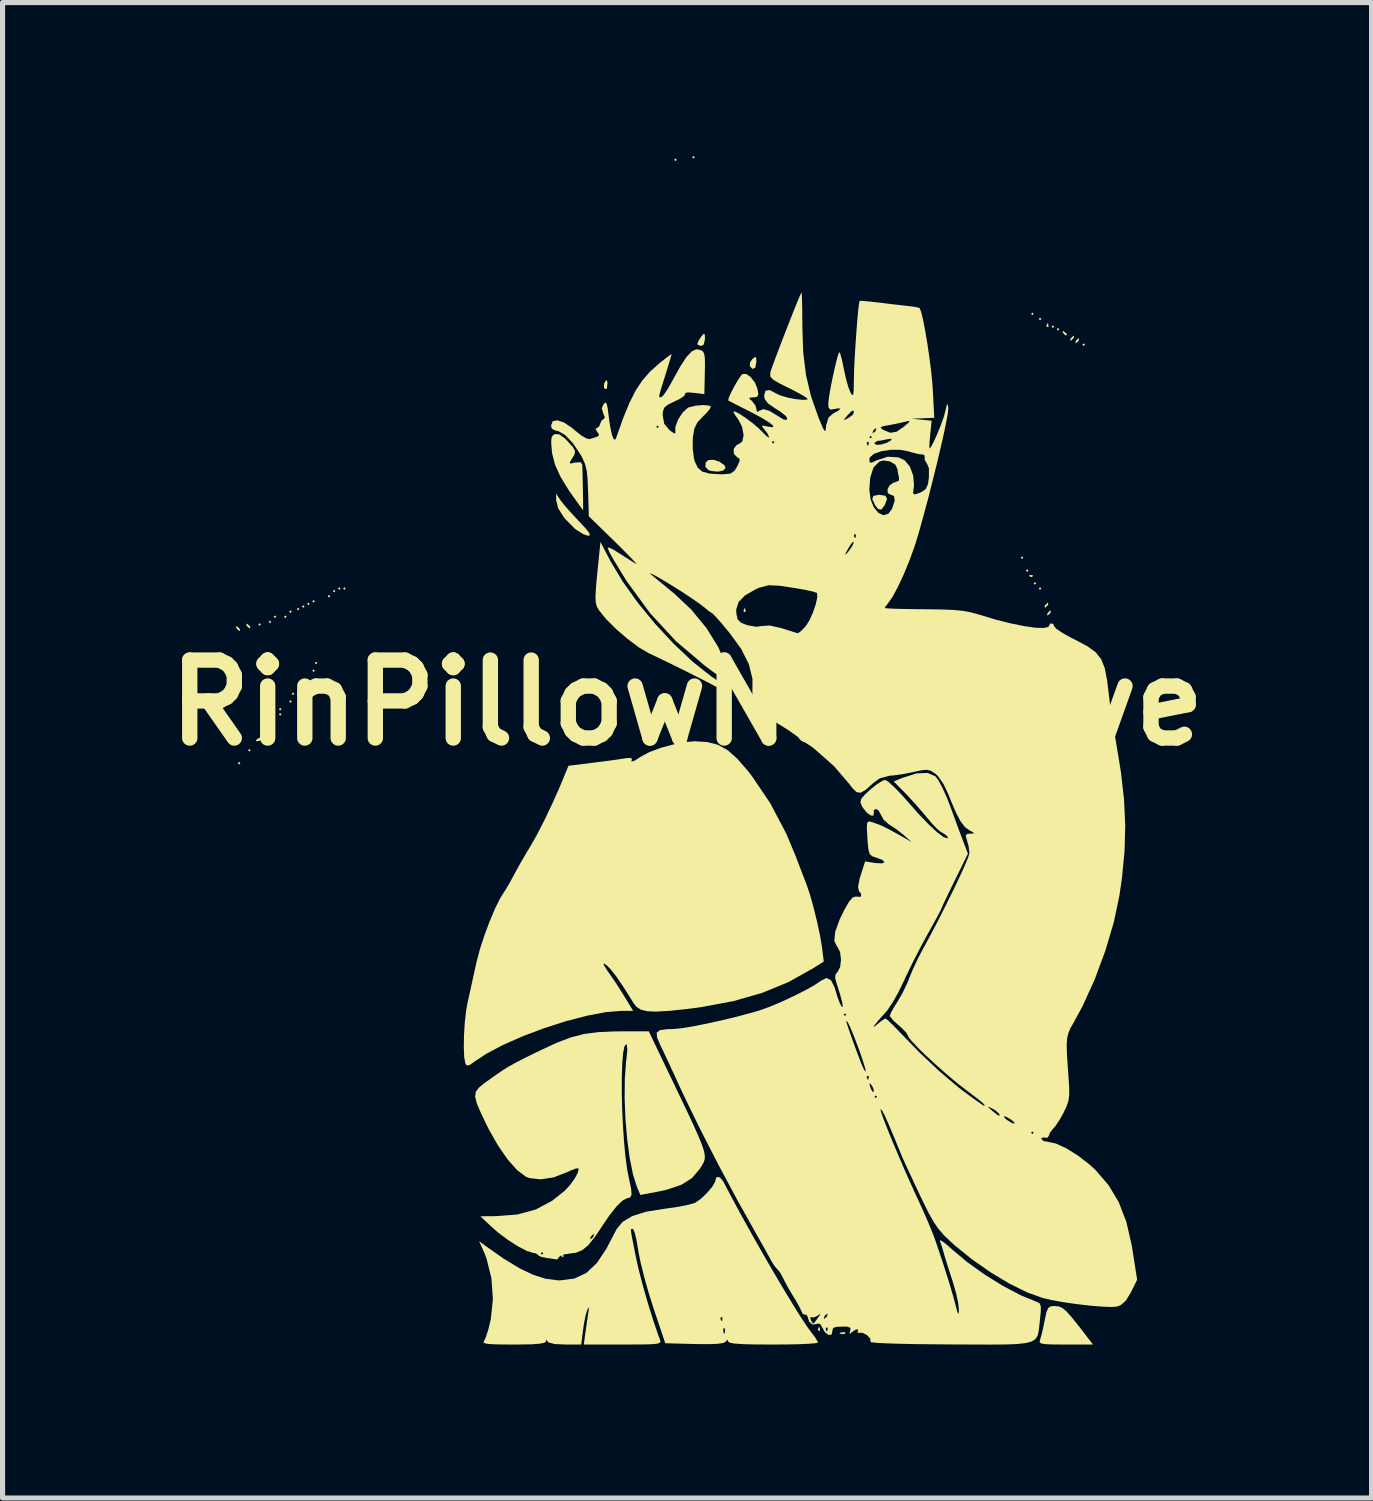
<source format=kicad_pcb>
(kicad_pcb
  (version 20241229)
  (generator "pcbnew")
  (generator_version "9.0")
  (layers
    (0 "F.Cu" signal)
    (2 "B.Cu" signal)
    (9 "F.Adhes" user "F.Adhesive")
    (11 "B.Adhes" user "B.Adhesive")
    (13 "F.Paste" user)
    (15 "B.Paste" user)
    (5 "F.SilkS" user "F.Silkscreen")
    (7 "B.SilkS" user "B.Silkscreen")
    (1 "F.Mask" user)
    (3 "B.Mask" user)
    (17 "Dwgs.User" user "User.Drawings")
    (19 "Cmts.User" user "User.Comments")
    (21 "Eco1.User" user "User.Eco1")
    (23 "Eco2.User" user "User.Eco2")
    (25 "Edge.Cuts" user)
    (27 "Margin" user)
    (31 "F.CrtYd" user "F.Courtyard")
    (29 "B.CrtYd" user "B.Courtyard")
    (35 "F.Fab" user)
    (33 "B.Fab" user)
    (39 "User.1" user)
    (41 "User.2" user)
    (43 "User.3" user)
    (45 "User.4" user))
  (footprint "RinPillowNegative"
    (layer "F.Cu")
    (at 10.385 10.692)
    (property "Reference" "RinPillowNegative" (at 0 0 0) (layer "F.SilkS") (effects (font (size 1.524 1.524) (thickness 0.3))))
    (attr board_only exclude_from_pos_files exclude_from_bom)
    (fp_poly (pts (xy -8.734 1.18) (xy -8.759 1.205) (xy -8.785 1.18) (xy -8.759 1.155)) (stroke (width 0) (type solid)) (fill yes) (layer "F.SilkS"))
    (fp_poly (pts (xy -8.534 0.929) (xy -8.559 0.954) (xy -8.584 0.929) (xy -8.559 0.904)) (stroke (width 0) (type solid)) (fill yes) (layer "F.SilkS"))
    (fp_poly (pts (xy -8.333 -1.531) (xy -8.358 -1.506) (xy -8.383 -1.531) (xy -8.358 -1.556)) (stroke (width 0) (type solid)) (fill yes) (layer "F.SilkS"))
    (fp_poly (pts (xy -8.132 -1.581) (xy -8.157 -1.556) (xy -8.182 -1.581) (xy -8.157 -1.606)) (stroke (width 0) (type solid)) (fill yes) (layer "F.SilkS"))
    (fp_poly (pts (xy -8.132 0.376) (xy -8.157 0.402) (xy -8.182 0.376) (xy -8.157 0.351)) (stroke (width 0) (type solid)) (fill yes) (layer "F.SilkS"))
    (fp_poly (pts (xy -8.032 -1.682) (xy -8.057 -1.657) (xy -8.082 -1.682) (xy -8.057 -1.707)) (stroke (width 0) (type solid)) (fill yes) (layer "F.SilkS"))
    (fp_poly (pts (xy -7.931 0.125) (xy -7.956 0.151) (xy -7.981 0.125) (xy -7.956 0.1)) (stroke (width 0) (type solid)) (fill yes) (layer "F.SilkS"))
    (fp_poly (pts (xy -7.931 0.226) (xy -7.956 0.251) (xy -7.981 0.226) (xy -7.956 0.201)) (stroke (width 0) (type solid)) (fill yes) (layer "F.SilkS"))
    (fp_poly (pts (xy -7.831 -1.682) (xy -7.856 -1.657) (xy -7.881 -1.682) (xy -7.856 -1.707)) (stroke (width 0) (type solid)) (fill yes) (layer "F.SilkS"))
    (fp_poly (pts (xy -7.73 -1.782) (xy -7.756 -1.757) (xy -7.781 -1.782) (xy -7.756 -1.807)) (stroke (width 0) (type solid)) (fill yes) (layer "F.SilkS"))
    (fp_poly (pts (xy -7.73 -0.025) (xy -7.756 0) (xy -7.781 -0.025) (xy -7.756 -0.05)) (stroke (width 0) (type solid)) (fill yes) (layer "F.SilkS"))
    (fp_poly (pts (xy -7.68 -0.176) (xy -7.705 -0.151) (xy -7.73 -0.176) (xy -7.705 -0.201)) (stroke (width 0) (type solid)) (fill yes) (layer "F.SilkS"))
    (fp_poly (pts (xy -7.58 -1.832) (xy -7.605 -1.807) (xy -7.63 -1.832) (xy -7.605 -1.857)) (stroke (width 0) (type solid)) (fill yes) (layer "F.SilkS"))
    (fp_poly (pts (xy -7.53 -0.276) (xy -7.555 -0.251) (xy -7.58 -0.276) (xy -7.555 -0.301)) (stroke (width 0) (type solid)) (fill yes) (layer "F.SilkS"))
    (fp_poly (pts (xy -7.479 -1.882) (xy -7.505 -1.857) (xy -7.53 -1.882) (xy -7.505 -1.908)) (stroke (width 0) (type solid)) (fill yes) (layer "F.SilkS"))
    (fp_poly (pts (xy -7.429 -0.427) (xy -7.454 -0.402) (xy -7.479 -0.427) (xy -7.454 -0.452)) (stroke (width 0) (type solid)) (fill yes) (layer "F.SilkS"))
    (fp_poly (pts (xy -7.379 -1.933) (xy -7.404 -1.908) (xy -7.429 -1.933) (xy -7.404 -1.958)) (stroke (width 0) (type solid)) (fill yes) (layer "F.SilkS"))
    (fp_poly (pts (xy -7.279 -1.983) (xy -7.304 -1.958) (xy -7.329 -1.983) (xy -7.304 -2.008)) (stroke (width 0) (type solid)) (fill yes) (layer "F.SilkS"))
    (fp_poly (pts (xy -7.279 -0.627) (xy -7.304 -0.602) (xy -7.329 -0.627) (xy -7.304 -0.653)) (stroke (width 0) (type solid)) (fill yes) (layer "F.SilkS"))
    (fp_poly (pts (xy -7.228 -0.778) (xy -7.254 -0.753) (xy -7.279 -0.778) (xy -7.254 -0.803)) (stroke (width 0) (type solid)) (fill yes) (layer "F.SilkS"))
    (fp_poly (pts (xy -6.977 -2.083) (xy -7.003 -2.058) (xy -7.028 -2.083) (xy -7.003 -2.108)) (stroke (width 0) (type solid)) (fill yes) (layer "F.SilkS"))
    (fp_poly (pts (xy -6.877 -2.184) (xy -6.902 -2.158) (xy -6.927 -2.184) (xy -6.902 -2.209)) (stroke (width 0) (type solid)) (fill yes) (layer "F.SilkS"))
    (fp_poly (pts (xy -6.777 -2.234) (xy -6.802 -2.209) (xy -6.827 -2.234) (xy -6.802 -2.259)) (stroke (width 0) (type solid)) (fill yes) (layer "F.SilkS"))
    (fp_poly (pts (xy -6.676 -2.234) (xy -6.701 -2.209) (xy -6.726 -2.234) (xy -6.701 -2.259)) (stroke (width 0) (type solid)) (fill yes) (layer "F.SilkS"))
    (fp_poly (pts (xy -2.409 10.818) (xy -2.435 10.843) (xy -2.46 10.818) (xy -2.435 10.792)) (stroke (width 0) (type solid)) (fill yes) (layer "F.SilkS"))
    (fp_poly (pts (xy -0.201 -10.617) (xy -0.226 -10.592) (xy -0.251 -10.617) (xy -0.226 -10.642)) (stroke (width 0) (type solid)) (fill yes) (layer "F.SilkS"))
    (fp_poly (pts (xy 0.151 -10.667) (xy 0.125 -10.642) (xy 0.1 -10.667) (xy 0.125 -10.692)) (stroke (width 0) (type solid)) (fill yes) (layer "F.SilkS"))
    (fp_poly (pts (xy 6.576 -2.836) (xy 6.551 -2.811) (xy 6.526 -2.836) (xy 6.551 -2.861)) (stroke (width 0) (type solid)) (fill yes) (layer "F.SilkS"))
    (fp_poly (pts (xy 6.676 -2.585) (xy 6.651 -2.56) (xy 6.626 -2.585) (xy 6.651 -2.61)) (stroke (width 0) (type solid)) (fill yes) (layer "F.SilkS"))
    (fp_poly (pts (xy 6.777 -7.605) (xy 6.752 -7.58) (xy 6.726 -7.605) (xy 6.752 -7.63)) (stroke (width 0) (type solid)) (fill yes) (layer "F.SilkS"))
    (fp_poly (pts (xy 6.827 -2.334) (xy 6.802 -2.309) (xy 6.777 -2.334) (xy 6.802 -2.359)) (stroke (width 0) (type solid)) (fill yes) (layer "F.SilkS"))
    (fp_poly (pts (xy 6.927 -7.505) (xy 6.902 -7.479) (xy 6.877 -7.505) (xy 6.902 -7.53)) (stroke (width 0) (type solid)) (fill yes) (layer "F.SilkS"))
    (fp_poly (pts (xy 6.927 -2.234) (xy 6.902 -2.209) (xy 6.877 -2.234) (xy 6.902 -2.259)) (stroke (width 0) (type solid)) (fill yes) (layer "F.SilkS"))
    (fp_poly (pts (xy 7.178 -7.354) (xy 7.153 -7.329) (xy 7.128 -7.354) (xy 7.153 -7.379)) (stroke (width 0) (type solid)) (fill yes) (layer "F.SilkS"))
    (fp_poly (pts (xy 7.279 -7.304) (xy 7.254 -7.279) (xy 7.228 -7.304) (xy 7.254 -7.329)) (stroke (width 0) (type solid)) (fill yes) (layer "F.SilkS"))
    (fp_poly (pts (xy 7.781 -7.003) (xy 7.756 -6.977) (xy 7.73 -7.003) (xy 7.756 -7.028)) (stroke (width 0) (type solid)) (fill yes) (layer "F.SilkS"))
    (fp_poly (pts (xy 1.138 -1.841) (xy 1.144 -1.781) (xy 1.138 -1.774) (xy 1.108 -1.781) (xy 1.104 -1.807) (xy 1.123 -1.848)) (stroke (width 0) (type solid)) (fill yes) (layer "F.SilkS"))
    (fp_poly (pts (xy 2.594 12.215) (xy 2.6 12.274) (xy 2.594 12.282) (xy 2.564 12.275) (xy 2.56 12.248) (xy 2.578 12.207)) (stroke (width 0) (type solid)) (fill yes) (layer "F.SilkS"))
    (fp_poly (pts (xy 3.099 12.318) (xy 3.084 12.341) (xy 3.033 12.345) (xy 2.979 12.332) (xy 3.002 12.314) (xy 3.081 12.308)) (stroke (width 0) (type solid)) (fill yes) (layer "F.SilkS"))
    (fp_poly (pts (xy 6.76 -2.493) (xy 6.753 -2.463) (xy 6.726 -2.46) (xy 6.685 -2.478) (xy 6.693 -2.493) (xy 6.753 -2.499)) (stroke (width 0) (type solid)) (fill yes) (layer "F.SilkS"))
    (fp_poly (pts (xy 7.061 -7.413) (xy 7.067 -7.353) (xy 7.061 -7.346) (xy 7.031 -7.352) (xy 7.028 -7.379) (xy 7.046 -7.42)) (stroke (width 0) (type solid)) (fill yes) (layer "F.SilkS"))
    (fp_poly (pts (xy -8.792 -1.486) (xy -8.738 -1.435) (xy -8.75 -1.406) (xy -8.757 -1.406) (xy -8.799 -1.441) (xy -8.814 -1.463) (xy -8.82 -1.498)) (stroke (width 0) (type solid)) (fill yes) (layer "F.SilkS"))
    (fp_poly (pts (xy -8.592 -1.536) (xy -8.538 -1.485) (xy -8.549 -1.456) (xy -8.556 -1.456) (xy -8.598 -1.491) (xy -8.614 -1.514) (xy -8.62 -1.548)) (stroke (width 0) (type solid)) (fill yes) (layer "F.SilkS"))
    (fp_poly (pts (xy -8.308 0.703) (xy -8.362 0.745) (xy -8.419 0.752) (xy -8.433 0.733) (xy -8.394 0.701) (xy -8.355 0.684) (xy -8.303 0.68)) (stroke (width 0) (type solid)) (fill yes) (layer "F.SilkS"))
    (fp_poly (pts (xy 7.371 -7.258) (xy 7.425 -7.212) (xy 7.429 -7.2) (xy 7.405 -7.18) (xy 7.356 -7.226) (xy 7.349 -7.236) (xy 7.343 -7.271)) (stroke (width 0) (type solid)) (fill yes) (layer "F.SilkS"))
    (fp_poly (pts (xy -8.248 0.534) (xy -8.258 0.552) (xy -8.305 0.6) (xy -8.314 0.602) (xy -8.317 0.57) (xy -8.308 0.552) (xy -8.26 0.504) (xy -8.252 0.502)) (stroke (width 0) (type solid)) (fill yes) (layer "F.SilkS"))
    (fp_poly (pts (xy -1.557 -6.258) (xy -1.557 -6.237) (xy -1.569 -6.14) (xy -1.604 -6.136) (xy -1.625 -6.164) (xy -1.623 -6.236) (xy -1.604 -6.277) (xy -1.569 -6.313)) (stroke (width 0) (type solid)) (fill yes) (layer "F.SilkS"))
    (fp_poly (pts (xy 1.353 -6.736) (xy 1.355 -6.662) (xy 1.335 -6.555) (xy 1.284 -6.527) (xy 1.227 -6.581) (xy 1.231 -6.655) (xy 1.274 -6.717) (xy 1.332 -6.765)) (stroke (width 0) (type solid)) (fill yes) (layer "F.SilkS"))
    (fp_poly (pts (xy 7.062 -1.925) (xy 7.053 -1.908) (xy 7.005 -1.86) (xy 6.997 -1.857) (xy 6.993 -1.89) (xy 7.003 -1.908) (xy 7.05 -1.955) (xy 7.059 -1.958)) (stroke (width 0) (type solid)) (fill yes) (layer "F.SilkS"))
    (fp_poly (pts (xy 7.112 -1.775) (xy 7.103 -1.757) (xy 7.056 -1.709) (xy 7.047 -1.707) (xy 7.043 -1.739) (xy 7.053 -1.757) (xy 7.1 -1.805) (xy 7.109 -1.807)) (stroke (width 0) (type solid)) (fill yes) (layer "F.SilkS"))
    (fp_poly (pts (xy 7.564 -7.146) (xy 7.555 -7.128) (xy 7.507 -7.08) (xy 7.499 -7.078) (xy 7.495 -7.11) (xy 7.505 -7.128) (xy 7.552 -7.176) (xy 7.561 -7.178)) (stroke (width 0) (type solid)) (fill yes) (layer "F.SilkS"))
    (fp_poly (pts (xy 7.664 -7.096) (xy 7.655 -7.078) (xy 7.608 -7.03) (xy 7.599 -7.028) (xy 7.596 -7.06) (xy 7.605 -7.078) (xy 7.652 -7.126) (xy 7.661 -7.128)) (stroke (width 0) (type solid)) (fill yes) (layer "F.SilkS"))
    (fp_poly (pts (xy 0.347 -7.197) (xy 0.35 -7.116) (xy 0.327 -7.005) (xy 0.276 -6.977) (xy 0.209 -6.999) (xy 0.201 -7.018) (xy 0.228 -7.086) (xy 0.274 -7.156) (xy 0.327 -7.218)) (stroke (width 0) (type solid)) (fill yes) (layer "F.SilkS"))
    (fp_poly (pts (xy 0.639 -4.711) (xy 0.729 -4.646) (xy 0.753 -4.594) (xy 0.71 -4.542) (xy 0.606 -4.52) (xy 0.476 -4.532) (xy 0.414 -4.551) (xy 0.358 -4.616) (xy 0.366 -4.701) (xy 0.418 -4.747) (xy 0.521 -4.751)) (stroke (width 0) (type solid)) (fill yes) (layer "F.SilkS"))
    (fp_poly (pts (xy 3.88 -4.048) (xy 3.911 -3.986) (xy 3.866 -3.866) (xy 3.863 -3.862) (xy 3.799 -3.777) (xy 3.735 -3.789) (xy 3.677 -3.865) (xy 3.621 -3.983) (xy 3.644 -4.046) (xy 3.753 -4.066) (xy 3.765 -4.066)) (stroke (width 0) (type solid)) (fill yes) (layer "F.SilkS"))
    (fp_poly (pts (xy -2.478 -3.964) (xy -2.403 -3.868) (xy -2.281 -3.729) (xy -2.138 -3.575) (xy -2.115 -3.551) (xy -1.979 -3.405) (xy -1.91 -3.316) (xy -1.903 -3.273) (xy -1.934 -3.265) (xy -2.032 -3.298) (xy -2.159 -3.377) (xy -2.203 -3.412) (xy -2.398 -3.61) (xy -2.521 -3.804) (xy -2.56 -3.964) (xy -2.56 -4.088)) (stroke (width 0) (type solid)) (fill yes) (layer "F.SilkS"))
    (fp_poly (pts (xy 7.265 11.803) (xy 7.338 11.834) (xy 7.419 11.901) (xy 7.524 12.019) (xy 7.669 12.201) (xy 7.708 12.251) (xy 7.937 12.549) (xy 7.402 12.549) (xy 7.165 12.548) (xy 7.012 12.542) (xy 6.928 12.529) (xy 6.895 12.506) (xy 6.898 12.469) (xy 6.901 12.462) (xy 6.929 12.365) (xy 6.966 12.21) (xy 6.991 12.085) (xy 7.025 11.923) (xy 7.061 11.836) (xy 7.113 11.802) (xy 7.184 11.796)) (stroke (width 0) (type solid)) (fill yes) (layer "F.SilkS"))
    (fp_poly (pts (xy -2.501 -5.249) (xy -2.394 -5.173) (xy -2.326 -5.103) (xy -2.227 -4.991) (xy -2.189 -4.919) (xy -2.202 -4.854) (xy -2.24 -4.791) (xy -2.294 -4.702) (xy -2.282 -4.677) (xy -2.193 -4.696) (xy -2.191 -4.696) (xy -2.085 -4.705) (xy -2.051 -4.661) (xy -2.047 -4.596) (xy -2.044 -4.465) (xy -2.04 -4.294) (xy -2.036 -4.111) (xy -2.033 -3.944) (xy -2.032 -3.819) (xy -2.032 -3.765) (xy -2.032 -3.765) (xy -2.058 -3.798) (xy -2.083 -3.831) (xy -2.313 -4.154) (xy -2.477 -4.423) (xy -2.582 -4.655) (xy -2.636 -4.865) (xy -2.643 -4.915) (xy -2.657 -5.087) (xy -2.65 -5.185) (xy -2.619 -5.235) (xy -2.584 -5.253)) (stroke (width 0) (type solid)) (fill yes) (layer "F.SilkS"))
    (fp_poly (pts (xy -1.496 -2.767) (xy -1.258 -2.369) (xy -0.961 -1.953) (xy -0.621 -1.54) (xy -0.257 -1.149) (xy 0.111 -0.802) (xy 0.465 -0.521) (xy 0.577 -0.445) (xy 0.714 -0.356) (xy 0.812 -0.292) (xy 0.846 -0.27) (xy 0.85 -0.219) (xy 0.845 -0.202) (xy 0.805 -0.176) (xy 0.777 -0.195) (xy 0.716 -0.234) (xy 0.581 -0.307) (xy 0.389 -0.408) (xy 0.157 -0.526) (xy -0.098 -0.654) (xy -0.36 -0.783) (xy -0.611 -0.904) (xy -0.753 -0.971) (xy -0.942 -1.083) (xy -1.163 -1.248) (xy -1.386 -1.44) (xy -1.582 -1.635) (xy -1.721 -1.807) (xy -1.727 -1.816) (xy -1.763 -1.882) (xy -1.785 -1.957) (xy -1.791 -2.062) (xy -1.784 -2.218) (xy -1.764 -2.446) (xy -1.754 -2.547) (xy -1.694 -3.144)) (stroke (width 0) (type solid)) (fill yes) (layer "F.SilkS"))
    (fp_poly (pts (xy 0.4 0.769) (xy 0.607 0.823) (xy 0.795 0.928) (xy 0.984 1.096) (xy 1.193 1.337) (xy 1.266 1.431) (xy 1.625 1.962) (xy 1.94 2.559) (xy 2.129 3.012) (xy 2.207 3.218) (xy 2.281 3.411) (xy 2.336 3.553) (xy 2.34 3.564) (xy 2.403 3.75) (xy 2.473 4) (xy 2.541 4.278) (xy 2.599 4.548) (xy 2.638 4.774) (xy 2.641 4.802) (xy 2.673 5.061) (xy 2.46 5.195) (xy 1.981 5.462) (xy 1.468 5.673) (xy 0.905 5.834) (xy 0.273 5.952) (xy -0.026 5.991) (xy -0.356 6.025) (xy -0.602 6.039) (xy -0.779 6.032) (xy -0.903 6.001) (xy -0.988 5.947) (xy -1.041 5.88) (xy -1.23 5.579) (xy -1.379 5.359) (xy -1.495 5.211) (xy -1.559 5.145) (xy -1.627 5.095) (xy -1.631 5.12) (xy -1.57 5.222) (xy -1.483 5.346) (xy -1.396 5.474) (xy -1.287 5.644) (xy -1.215 5.76) (xy -1.055 6.024) (xy -1.277 6.024) (xy -1.586 6.049) (xy -1.956 6.119) (xy -2.366 6.226) (xy -2.79 6.361) (xy -3.207 6.518) (xy -3.592 6.687) (xy -3.923 6.862) (xy -4.144 7.008) (xy -4.249 7.082) (xy -4.305 7.094) (xy -4.336 7.052) (xy -4.336 7.05) (xy -4.358 6.93) (xy -4.366 6.738) (xy -4.362 6.505) (xy -4.347 6.257) (xy -4.321 6.025) (xy -4.294 5.873) (xy -4.249 5.67) (xy -4.193 5.415) (xy -4.135 5.152) (xy -4.117 5.07) (xy -4.052 4.823) (xy -3.963 4.549) (xy -3.86 4.272) (xy -3.753 4.02) (xy -3.653 3.819) (xy -3.587 3.715) (xy -3.533 3.631) (xy -3.453 3.492) (xy -3.384 3.363) (xy -3.27 3.156) (xy -3.142 2.935) (xy -3.078 2.83) (xy -2.95 2.607) (xy -2.801 2.319) (xy -2.645 1.994) (xy -2.495 1.659) (xy -2.432 1.507) (xy -2.319 1.232) (xy -1.825 1.171) (xy -1.596 1.142) (xy -1.391 1.114) (xy -1.239 1.091) (xy -1.19 1.083) (xy -1.095 1.077) (xy -1.08 1.105) (xy -1.09 1.151) (xy -1.031 1.135) (xy -0.911 1.059) (xy -0.898 1.051) (xy -0.734 0.963) (xy -0.506 0.879) (xy -0.25 0.81) (xy -0.004 0.765) (xy 0.155 0.753)) (stroke (width 0) (type solid)) (fill yes) (layer "F.SilkS"))
    (fp_poly (pts (xy -0.394 7.166) (xy -0.186 7.6) (xy -0.017 7.953) (xy 0.115 8.235) (xy 0.214 8.455) (xy 0.284 8.624) (xy 0.327 8.75) (xy 0.346 8.845) (xy 0.346 8.918) (xy 0.329 8.978) (xy 0.298 9.036) (xy 0.257 9.101) (xy 0.248 9.115) (xy 0.098 9.293) (xy -0.113 9.426) (xy -0.399 9.523) (xy -0.551 9.556) (xy -0.914 9.624) (xy -0.981 9.465) (xy -1.057 9.224) (xy -1.121 8.907) (xy -1.171 8.537) (xy -1.205 8.138) (xy -1.221 7.735) (xy -1.217 7.35) (xy -1.192 7.008) (xy -1.183 6.94) (xy -1.168 6.781) (xy -1.178 6.69) (xy -1.192 6.676) (xy -1.226 6.724) (xy -1.251 6.856) (xy -1.268 7.057) (xy -1.276 7.312) (xy -1.277 7.606) (xy -1.27 7.923) (xy -1.255 8.248) (xy -1.234 8.565) (xy -1.207 8.859) (xy -1.173 9.115) (xy -1.135 9.31) (xy -1.094 9.503) (xy -1.086 9.619) (xy -1.114 9.675) (xy -1.173 9.688) (xy -1.259 9.731) (xy -1.38 9.849) (xy -1.524 10.032) (xy -1.648 10.215) (xy -1.805 10.45) (xy -1.935 10.609) (xy -2.052 10.705) (xy -2.173 10.754) (xy -2.272 10.767) (xy -2.406 10.787) (xy -2.489 10.823) (xy -2.499 10.836) (xy -2.54 10.884) (xy -2.552 10.885) (xy -2.621 10.874) (xy -2.741 10.857) (xy -2.748 10.857) (xy -2.859 10.833) (xy -2.911 10.803) (xy -2.911 10.8) (xy -2.954 10.767) (xy -2.954 10.767) (xy -2.861 10.767) (xy -2.836 10.792) (xy -2.811 10.767) (xy -2.836 10.742) (xy -2.861 10.767) (xy -2.954 10.767) (xy -3.014 10.756) (xy -3.135 10.718) (xy -3.305 10.63) (xy -3.498 10.506) (xy -3.522 10.488) (xy -1.895 10.488) (xy -1.888 10.491) (xy -1.843 10.456) (xy -1.832 10.441) (xy -1.819 10.394) (xy -1.826 10.391) (xy -1.872 10.426) (xy -1.882 10.441) (xy -1.895 10.488) (xy -3.522 10.488) (xy -3.691 10.363) (xy -3.837 10.235) (xy -4.041 10.041) (xy -3.74 10.039) (xy -3.32 10.007) (xy -2.959 9.909) (xy -2.636 9.736) (xy -2.392 9.542) (xy -2.288 9.429) (xy -2.196 9.301) (xy -2.135 9.186) (xy -2.12 9.111) (xy -2.125 9.103) (xy -2.18 9.109) (xy -2.29 9.152) (xy -2.343 9.178) (xy -2.607 9.28) (xy -2.862 9.319) (xy -3.083 9.294) (xy -3.156 9.265) (xy -3.322 9.14) (xy -3.505 8.934) (xy -3.693 8.664) (xy -3.874 8.346) (xy -3.914 8.266) (xy -4.035 8.014) (xy -4.112 7.832) (xy -4.144 7.703) (xy -4.131 7.607) (xy -4.072 7.527) (xy -3.969 7.442) (xy -3.905 7.396) (xy -3.736 7.276) (xy -3.603 7.185) (xy -3.48 7.109) (xy -3.345 7.034) (xy -3.173 6.946) (xy -2.939 6.831) (xy -2.886 6.805) (xy -2.555 6.651) (xy -2.275 6.544) (xy -2.012 6.476) (xy -1.732 6.44) (xy -1.402 6.426) (xy -1.275 6.425) (xy -0.748 6.425)) (stroke (width 0) (type solid)) (fill yes) (layer "F.SilkS"))
    (fp_poly (pts (xy 0.637 9.278) (xy 0.706 9.356) (xy 0.715 9.374) (xy 0.873 9.675) (xy 1.055 10.012) (xy 1.255 10.372) (xy 1.463 10.739) (xy 1.671 11.099) (xy 1.872 11.439) (xy 2.057 11.745) (xy 2.217 12.002) (xy 2.345 12.196) (xy 2.419 12.297) (xy 2.505 12.411) (xy 2.555 12.493) (xy 2.56 12.511) (xy 2.513 12.523) (xy 2.381 12.534) (xy 2.181 12.543) (xy 1.928 12.548) (xy 1.682 12.549) (xy 1.347 12.548) (xy 1.102 12.542) (xy 0.937 12.531) (xy 0.841 12.515) (xy 0.804 12.493) (xy 0.802 12.487) (xy 0.791 12.451) (xy 0.761 12.488) (xy 0.712 12.518) (xy 0.601 12.535) (xy 0.416 12.542) (xy 0.147 12.539) (xy -0.426 12.524) (xy -0.512 12.269) (xy 0.707 12.269) (xy 0.716 12.334) (xy 0.733 12.335) (xy 0.745 12.268) (xy 0.737 12.239) (xy 0.715 12.22) (xy 0.707 12.269) (xy -0.512 12.269) (xy -0.586 12.047) (xy 0.653 12.047) (xy 0.671 12.089) (xy 0.686 12.081) (xy 0.692 12.021) (xy 0.686 12.014) (xy 0.656 12.021) (xy 0.653 12.047) (xy -0.586 12.047) (xy -0.662 11.822) (xy -0.753 11.53) (xy -0.838 11.23) (xy -0.906 10.955) (xy -0.951 10.736) (xy -0.955 10.705) (xy -0.987 10.516) (xy -1.021 10.372) (xy -1.051 10.296) (xy -1.059 10.291) (xy -1.082 10.289) (xy -1.095 10.294) (xy -1.097 10.325) (xy -1.087 10.398) (xy -1.062 10.53) (xy -1.021 10.738) (xy -1.006 10.818) (xy -0.946 11.084) (xy -0.862 11.406) (xy -0.764 11.748) (xy -0.662 12.076) (xy -0.566 12.357) (xy -0.526 12.462) (xy -0.52 12.495) (xy -0.54 12.519) (xy -0.602 12.535) (xy -0.719 12.544) (xy -0.905 12.548) (xy -1.173 12.549) (xy -1.255 12.549) (xy -2.019 12.549) (xy -1.987 12.311) (xy -1.961 12.131) (xy -1.937 11.966) (xy -1.93 11.922) (xy -1.919 11.83) (xy -1.931 11.83) (xy -1.953 11.876) (xy -1.985 11.984) (xy -2.017 12.148) (xy -2.034 12.265) (xy -2.07 12.549) (xy -2.386 12.549) (xy -2.591 12.539) (xy -2.706 12.509) (xy -2.728 12.487) (xy -2.75 12.45) (xy -2.757 12.487) (xy -2.787 12.514) (xy -2.88 12.533) (xy -3.048 12.545) (xy -3.302 12.549) (xy -3.394 12.549) (xy -3.658 12.548) (xy -3.834 12.542) (xy -3.936 12.531) (xy -3.979 12.513) (xy -3.974 12.485) (xy -3.97 12.48) (xy -3.932 12.398) (xy -3.885 12.249) (xy -3.84 12.064) (xy -3.838 12.055) (xy -3.797 11.66) (xy -3.826 11.25) (xy -3.922 10.866) (xy -3.966 10.754) (xy -4.066 10.529) (xy -3.953 10.612) (xy -3.589 10.868) (xy -3.279 11.057) (xy -3.009 11.186) (xy -2.766 11.263) (xy -2.534 11.293) (xy -2.477 11.294) (xy -2.203 11.259) (xy -1.969 11.149) (xy -1.763 10.955) (xy -1.575 10.671) (xy -1.54 10.604) (xy -1.458 10.447) (xy -1.382 10.3) (xy -1.262 10.152) (xy -1.073 10.038) (xy -0.805 9.953) (xy -0.448 9.895) (xy -0.445 9.895) (xy -0.221 9.864) (xy -0.022 9.827) (xy 0.122 9.79) (xy 0.164 9.774) (xy 0.275 9.696) (xy 0.393 9.582) (xy 0.493 9.463) (xy 0.548 9.367) (xy 0.552 9.345) (xy 0.577 9.273)) (stroke (width 0) (type solid)) (fill yes) (layer "F.SilkS"))
    (fp_poly (pts (xy 2.243 -7.984) (xy 2.248 -7.861) (xy 2.252 -7.673) (xy 2.254 -7.436) (xy 2.254 -7.356) (xy 2.271 -6.853) (xy 2.325 -6.412) (xy 2.422 -6) (xy 2.569 -5.581) (xy 2.582 -5.55) (xy 2.647 -5.392) (xy 2.685 -5.318) (xy 2.705 -5.319) (xy 2.715 -5.38) (xy 3.783 -5.38) (xy 3.821 -5.345) (xy 3.84 -5.334) (xy 3.974 -5.28) (xy 4.096 -5.299) (xy 4.24 -5.399) (xy 4.242 -5.4) (xy 4.334 -5.481) (xy 4.353 -5.512) (xy 4.303 -5.505) (xy 4.267 -5.495) (xy 4.133 -5.465) (xy 3.967 -5.432) (xy 3.941 -5.428) (xy 3.819 -5.404) (xy 3.783 -5.38) (xy 2.715 -5.38) (xy 2.716 -5.386) (xy 2.719 -5.423) (xy 2.755 -5.541) (xy 3.069 -5.541) (xy 3.076 -5.53) (xy 3.15 -5.566) (xy 3.236 -5.628) (xy 3.263 -5.674) (xy 3.251 -5.718) (xy 3.207 -5.694) (xy 3.133 -5.615) (xy 3.069 -5.541) (xy 2.755 -5.541) (xy 2.766 -5.578) (xy 2.85 -5.651) (xy 2.966 -5.717) (xy 2.999 -5.754) (xy 2.945 -5.756) (xy 2.899 -5.746) (xy 2.801 -5.732) (xy 2.766 -5.775) (xy 2.762 -5.855) (xy 2.773 -5.96) (xy 2.8 -6.122) (xy 2.837 -6.315) (xy 2.88 -6.513) (xy 2.921 -6.687) (xy 2.956 -6.811) (xy 2.976 -6.858) (xy 2.996 -6.825) (xy 3.026 -6.716) (xy 3.06 -6.554) (xy 3.063 -6.54) (xy 3.105 -6.346) (xy 3.153 -6.176) (xy 3.192 -6.074) (xy 3.226 -6.019) (xy 3.246 -6.02) (xy 3.257 -6.09) (xy 3.261 -6.243) (xy 3.262 -6.325) (xy 3.266 -6.497) (xy 3.276 -6.715) (xy 3.291 -6.961) (xy 3.308 -7.211) (xy 3.326 -7.447) (xy 3.344 -7.647) (xy 3.36 -7.79) (xy 3.373 -7.856) (xy 3.374 -7.857) (xy 3.427 -7.858) (xy 3.553 -7.848) (xy 3.726 -7.828) (xy 3.74 -7.827) (xy 3.957 -7.8) (xy 4.169 -7.775) (xy 4.31 -7.759) (xy 4.447 -7.742) (xy 4.534 -7.724) (xy 4.547 -7.718) (xy 4.576 -7.647) (xy 4.613 -7.497) (xy 4.654 -7.288) (xy 4.696 -7.041) (xy 4.735 -6.776) (xy 4.769 -6.514) (xy 4.794 -6.274) (xy 4.804 -6.137) (xy 4.834 -5.572) (xy 4.613 -5.563) (xy 4.392 -5.555) (xy 4.587 -5.535) (xy 4.782 -5.515) (xy 4.754 -5.242) (xy 4.741 -5.092) (xy 4.738 -4.993) (xy 4.741 -4.97) (xy 4.776 -5.012) (xy 4.833 -5.123) (xy 4.9 -5.275) (xy 4.967 -5.441) (xy 5.021 -5.593) (xy 5.049 -5.697) (xy 5.076 -5.815) (xy 5.092 -5.841) (xy 5.105 -5.783) (xy 5.108 -5.763) (xy 5.101 -5.675) (xy 5.071 -5.506) (xy 5.023 -5.271) (xy 4.959 -4.988) (xy 4.884 -4.671) (xy 4.801 -4.338) (xy 4.716 -4.002) (xy 4.63 -3.682) (xy 4.55 -3.392) (xy 4.477 -3.148) (xy 4.441 -3.037) (xy 4.344 -2.77) (xy 4.234 -2.504) (xy 4.121 -2.263) (xy 4.018 -2.071) (xy 3.937 -1.954) (xy 3.879 -1.881) (xy 3.865 -1.853) (xy 3.913 -1.846) (xy 4.043 -1.839) (xy 4.24 -1.834) (xy 4.485 -1.83) (xy 4.631 -1.829) (xy 4.952 -1.825) (xy 5.195 -1.816) (xy 5.384 -1.798) (xy 5.542 -1.77) (xy 5.692 -1.729) (xy 5.723 -1.72) (xy 6.028 -1.628) (xy 6.321 -1.554) (xy 6.585 -1.5) (xy 6.807 -1.468) (xy 6.972 -1.462) (xy 7.064 -1.482) (xy 7.078 -1.506) (xy 7.107 -1.553) (xy 7.159 -1.541) (xy 7.18 -1.493) (xy 7.223 -1.445) (xy 7.337 -1.368) (xy 7.502 -1.276) (xy 7.593 -1.23) (xy 7.824 -1.108) (xy 7.987 -0.99) (xy 8.096 -0.855) (xy 8.167 -0.679) (xy 8.213 -0.44) (xy 8.237 -0.243) (xy 8.27 0.025) (xy 8.316 0.337) (xy 8.365 0.643) (xy 8.385 0.753) (xy 8.484 1.357) (xy 8.545 1.896) (xy 8.568 2.4) (xy 8.555 2.898) (xy 8.505 3.416) (xy 8.455 3.765) (xy 8.345 4.289) (xy 8.179 4.849) (xy 7.971 5.41) (xy 7.732 5.935) (xy 7.561 6.25) (xy 7.499 6.359) (xy 7.457 6.456) (xy 7.432 6.559) (xy 7.423 6.69) (xy 7.428 6.87) (xy 7.444 7.118) (xy 7.456 7.28) (xy 7.471 7.509) (xy 7.473 7.667) (xy 7.457 7.785) (xy 7.421 7.892) (xy 7.364 8.012) (xy 7.279 8.164) (xy 7.197 8.285) (xy 7.157 8.33) (xy 7.091 8.414) (xy 7.078 8.463) (xy 7.043 8.508) (xy 7.003 8.502) (xy 6.938 8.504) (xy 6.927 8.528) (xy 6.97 8.571) (xy 7.048 8.584) (xy 7.21 8.618) (xy 7.417 8.713) (xy 7.643 8.854) (xy 7.866 9.026) (xy 7.985 9.135) (xy 8.244 9.435) (xy 8.442 9.767) (xy 8.59 10.152) (xy 8.695 10.609) (xy 8.71 10.703) (xy 8.801 11.282) (xy 8.68 11.525) (xy 8.582 11.689) (xy 8.481 11.778) (xy 8.408 11.807) (xy 8.296 11.815) (xy 8.11 11.808) (xy 7.875 11.788) (xy 7.615 11.758) (xy 7.355 11.72) (xy 7.121 11.678) (xy 6.958 11.64) (xy 6.651 11.53) (xy 6.302 11.357) (xy 5.932 11.135) (xy 5.565 10.878) (xy 5.223 10.6) (xy 5.169 10.551) (xy 5.033 10.421) (xy 4.924 10.299) (xy 4.827 10.16) (xy 4.726 9.982) (xy 4.608 9.743) (xy 4.558 9.638) (xy 4.446 9.4) (xy 4.347 9.188) (xy 4.27 9.022) (xy 4.225 8.922) (xy 4.219 8.91) (xy 4.179 8.814) (xy 4.115 8.658) (xy 4.043 8.483) (xy 4.011 8.408) (xy 6.726 8.408) (xy 6.752 8.433) (xy 6.777 8.408) (xy 6.752 8.383) (xy 6.726 8.408) (xy 4.011 8.408) (xy 3.936 8.23) (xy 3.881 8.107) (xy 6.2 8.107) (xy 6.253 8.156) (xy 6.346 8.214) (xy 6.397 8.231) (xy 6.4 8.208) (xy 6.347 8.159) (xy 6.253 8.101) (xy 6.202 8.083) (xy 6.2 8.107) (xy 3.881 8.107) (xy 3.86 8.061) (xy 3.811 7.97) (xy 3.784 7.946) (xy 3.782 7.948) (xy 3.792 8) (xy 3.837 8.127) (xy 3.91 8.315) (xy 4.004 8.546) (xy 4.113 8.805) (xy 4.229 9.076) (xy 4.347 9.344) (xy 4.459 9.592) (xy 4.504 9.688) (xy 4.617 9.935) (xy 4.725 10.183) (xy 4.813 10.4) (xy 4.856 10.516) (xy 4.997 10.934) (xy 5.115 11.306) (xy 5.206 11.613) (xy 5.248 11.771) (xy 5.284 11.908) (xy 5.303 11.954) (xy 5.313 11.916) (xy 5.315 11.861) (xy 5.302 11.737) (xy 5.263 11.553) (xy 5.204 11.348) (xy 5.192 11.309) (xy 5.125 11.104) (xy 5.066 10.917) (xy 5.026 10.783) (xy 5.022 10.767) (xy 4.98 10.626) (xy 4.943 10.523) (xy 4.957 10.51) (xy 5.029 10.557) (xy 5.144 10.654) (xy 5.184 10.69) (xy 5.476 10.936) (xy 5.816 11.179) (xy 6.174 11.401) (xy 6.523 11.585) (xy 6.833 11.713) (xy 6.844 11.716) (xy 6.894 11.744) (xy 6.917 11.801) (xy 6.916 11.913) (xy 6.901 12.058) (xy 6.887 12.192) (xy 6.874 12.299) (xy 6.851 12.383) (xy 6.808 12.446) (xy 6.734 12.491) (xy 6.62 12.521) (xy 6.455 12.539) (xy 6.229 12.548) (xy 5.932 12.55) (xy 5.554 12.549) (xy 5.157 12.547) (xy 4.77 12.544) (xy 4.419 12.54) (xy 4.114 12.533) (xy 3.869 12.525) (xy 3.694 12.515) (xy 3.601 12.505) (xy 3.589 12.499) (xy 3.581 12.433) (xy 3.516 12.363) (xy 3.43 12.319) (xy 3.379 12.32) (xy 3.333 12.32) (xy 3.338 12.298) (xy 3.344 12.253) (xy 3.295 12.258) (xy 3.222 12.308) (xy 3.22 12.311) (xy 3.176 12.344) (xy 3.187 12.295) (xy 3.19 12.286) (xy 3.196 12.224) (xy 3.134 12.2) (xy 3.067 12.198) (xy 2.924 12.203) (xy 2.857 12.225) (xy 2.842 12.271) (xy 2.843 12.283) (xy 2.824 12.356) (xy 2.766 12.362) (xy 2.696 12.308) (xy 2.661 12.248) (xy 2.711 12.248) (xy 2.729 12.29) (xy 2.744 12.282) (xy 2.75 12.222) (xy 2.744 12.215) (xy 2.714 12.222) (xy 2.711 12.248) (xy 2.661 12.248) (xy 2.659 12.244) (xy 2.602 12.146) (xy 2.548 12.138) (xy 2.537 12.146) (xy 2.459 12.16) (xy 2.389 12.104) (xy 2.366 12.031) (xy 2.409 12.031) (xy 2.429 12.091) (xy 2.464 12.137) (xy 2.482 12.135) (xy 2.513 12.09) (xy 2.546 12.044) (xy 2.673 12.044) (xy 2.68 12.047) (xy 2.725 12.012) (xy 2.736 11.997) (xy 2.749 11.95) (xy 2.742 11.947) (xy 2.696 11.982) (xy 2.686 11.997) (xy 2.673 12.044) (xy 2.546 12.044) (xy 2.562 12.022) (xy 2.609 11.954) (xy 2.592 11.956) (xy 2.555 11.984) (xy 2.477 12.021) (xy 2.443 12.014) (xy 2.411 12.017) (xy 2.409 12.031) (xy 2.366 12.031) (xy 2.359 12.009) (xy 2.335 11.964) (xy 2.315 11.969) (xy 2.265 11.953) (xy 2.242 11.909) (xy 2.198 11.815) (xy 2.122 11.68) (xy 2.085 11.621) (xy 1.988 11.459) (xy 1.902 11.3) (xy 1.883 11.26) (xy 1.82 11.144) (xy 1.765 11.074) (xy 1.761 11.071) (xy 1.705 11.008) (xy 1.642 10.904) (xy 1.583 10.795) (xy 1.492 10.631) (xy 1.386 10.445) (xy 1.37 10.416) (xy 0.98 9.719) (xy 0.601 9.011) (xy 0.247 8.319) (xy 0.042 7.897) (xy 5.889 7.897) (xy 5.892 7.912) (xy 5.967 7.979) (xy 6.07 8.061) (xy 6.116 8.078) (xy 6.099 8.032) (xy 6.033 7.972) (xy 5.958 7.929) (xy 5.889 7.897) (xy 0.042 7.897) (xy -0.051 7.705) (xy 3.664 7.705) (xy 3.69 7.73) (xy 3.715 7.705) (xy 3.69 7.68) (xy 3.664 7.705) (xy -0.051 7.705) (xy -0.068 7.67) (xy -0.164 7.463) (xy 3.568 7.463) (xy 3.595 7.553) (xy 3.633 7.611) (xy 3.65 7.611) (xy 3.647 7.555) (xy 3.62 7.496) (xy 3.576 7.437) (xy 3.568 7.463) (xy -0.164 7.463) (xy -0.168 7.454) (xy -0.226 7.329) (xy 3.514 7.329) (xy 3.532 7.37) (xy 3.547 7.362) (xy 3.553 7.303) (xy 3.547 7.295) (xy 3.517 7.302) (xy 3.514 7.329) (xy -0.226 7.329) (xy -0.277 7.217) (xy -0.385 6.985) (xy -0.477 6.79) (xy -0.52 6.701) (xy -0.586 6.548) (xy -0.595 6.453) (xy -0.535 6.403) (xy -0.394 6.383) (xy -0.26 6.379) (xy -0.107 6.364) (xy 0.12 6.327) (xy 0.396 6.272) (xy 0.58 6.231) (xy 3.114 6.231) (xy 3.13 6.29) (xy 3.173 6.419) (xy 3.235 6.594) (xy 3.308 6.793) (xy 3.382 6.991) (xy 3.422 7.092) (xy 3.466 7.185) (xy 3.495 7.214) (xy 3.495 7.214) (xy 3.487 7.162) (xy 3.45 7.038) (xy 3.392 6.865) (xy 3.36 6.775) (xy 3.265 6.524) (xy 3.19 6.343) (xy 3.139 6.24) (xy 3.115 6.222) (xy 3.114 6.231) (xy 0.58 6.231) (xy 0.699 6.205) (xy 1.005 6.13) (xy 1.12 6.099) (xy 3.062 6.099) (xy 3.087 6.124) (xy 3.112 6.099) (xy 3.087 6.074) (xy 3.062 6.099) (xy 1.12 6.099) (xy 1.29 6.053) (xy 1.406 6.019) (xy 1.599 5.951) (xy 1.831 5.854) (xy 2.075 5.741) (xy 2.304 5.626) (xy 2.494 5.52) (xy 2.617 5.437) (xy 2.621 5.434) (xy 2.727 5.381) (xy 2.815 5.426) (xy 2.886 5.568) (xy 2.904 5.63) (xy 2.946 5.769) (xy 2.989 5.879) (xy 3.025 5.944) (xy 3.044 5.949) (xy 3.037 5.879) (xy 3.031 5.848) (xy 2.99 5.695) (xy 2.937 5.525) (xy 2.932 5.513) (xy 2.896 5.384) (xy 2.903 5.31) (xy 2.94 5.268) (xy 2.993 5.169) (xy 3.01 5.023) (xy 2.992 4.875) (xy 2.938 4.77) (xy 2.933 4.766) (xy 2.88 4.658) (xy 2.896 4.482) (xy 2.98 4.245) (xy 3.074 4.052) (xy 3.166 3.892) (xy 3.236 3.809) (xy 3.297 3.788) (xy 3.321 3.792) (xy 3.399 3.794) (xy 3.405 3.74) (xy 3.362 3.683) (xy 3.343 3.602) (xy 3.374 3.442) (xy 3.397 3.367) (xy 3.482 3.102) (xy 3.674 3.133) (xy 3.811 3.141) (xy 3.861 3.117) (xy 3.818 3.073) (xy 3.707 3.031) (xy 3.622 3.002) (xy 3.573 2.959) (xy 3.547 2.877) (xy 3.532 2.73) (xy 3.526 2.643) (xy 3.516 2.462) (xy 3.519 2.363) (xy 3.541 2.323) (xy 3.588 2.325) (xy 3.622 2.335) (xy 3.768 2.388) (xy 3.949 2.475) (xy 4.189 2.607) (xy 4.192 2.609) (xy 4.392 2.724) (xy 4.242 2.591) (xy 4.104 2.481) (xy 3.967 2.39) (xy 3.954 2.383) (xy 3.844 2.288) (xy 3.785 2.18) (xy 3.742 2.103) (xy 3.686 2.075) (xy 3.65 2.106) (xy 3.652 2.152) (xy 3.643 2.209) (xy 3.59 2.203) (xy 3.514 2.147) (xy 3.438 2.053) (xy 3.418 2.018) (xy 3.39 1.946) (xy 3.405 1.881) (xy 3.475 1.798) (xy 3.573 1.706) (xy 3.705 1.599) (xy 3.818 1.527) (xy 3.871 1.508) (xy 3.934 1.544) (xy 4.044 1.642) (xy 4.186 1.788) (xy 4.333 1.953) (xy 4.543 2.19) (xy 4.734 2.388) (xy 4.896 2.537) (xy 5.019 2.628) (xy 5.092 2.651) (xy 5.101 2.646) (xy 5.085 2.605) (xy 5.028 2.564) (xy 4.955 2.52) (xy 4.883 2.46) (xy 4.794 2.366) (xy 4.668 2.218) (xy 4.618 2.158) (xy 4.473 1.99) (xy 4.309 1.811) (xy 4.242 1.742) (xy 4.041 1.539) (xy 4.217 1.466) (xy 4.489 1.381) (xy 4.704 1.372) (xy 4.856 1.438) (xy 4.92 1.524) (xy 5.002 1.68) (xy 5.09 1.879) (xy 5.14 2.008) (xy 5.226 2.242) (xy 5.309 2.469) (xy 5.379 2.654) (xy 5.403 2.718) (xy 5.492 2.951) (xy 5.231 3.482) (xy 5.129 3.691) (xy 5.045 3.865) (xy 4.989 3.985) (xy 4.97 4.033) (xy 4.946 4.082) (xy 4.884 4.2) (xy 4.792 4.367) (xy 4.704 4.524) (xy 4.564 4.783) (xy 4.416 5.071) (xy 4.284 5.342) (xy 4.241 5.437) (xy 4.136 5.653) (xy 4.024 5.853) (xy 3.923 6.005) (xy 3.888 6.048) (xy 3.752 6.199) (xy 3.67 6.299) (xy 3.645 6.341) (xy 3.683 6.319) (xy 3.719 6.287) (xy 3.814 6.211) (xy 3.876 6.175) (xy 3.879 6.174) (xy 3.927 6.208) (xy 4.022 6.298) (xy 4.144 6.425) (xy 4.152 6.433) (xy 4.546 6.84) (xy 4.935 7.206) (xy 5.298 7.514) (xy 5.427 7.612) (xy 5.588 7.731) (xy 5.717 7.823) (xy 5.793 7.875) (xy 5.806 7.881) (xy 5.821 7.87) (xy 5.787 7.83) (xy 5.694 7.752) (xy 5.532 7.629) (xy 5.459 7.575) (xy 5.275 7.431) (xy 5.074 7.263) (xy 4.871 7.083) (xy 4.679 6.906) (xy 4.515 6.746) (xy 4.392 6.615) (xy 4.325 6.528) (xy 4.317 6.506) (xy 4.281 6.444) (xy 4.189 6.351) (xy 4.141 6.31) (xy 4.035 6.215) (xy 3.972 6.138) (xy 3.966 6.118) (xy 3.992 6.05) (xy 4.059 5.932) (xy 4.107 5.857) (xy 4.213 5.676) (xy 4.311 5.469) (xy 4.34 5.396) (xy 4.418 5.206) (xy 4.52 4.99) (xy 4.583 4.869) (xy 4.741 4.579) (xy 4.901 4.273) (xy 5.056 3.967) (xy 5.2 3.676) (xy 5.326 3.413) (xy 5.426 3.193) (xy 5.494 3.03) (xy 5.521 2.94) (xy 5.522 2.935) (xy 5.503 2.795) (xy 5.473 2.689) (xy 5.447 2.596) (xy 5.482 2.563) (xy 5.536 2.559) (xy 5.609 2.556) (xy 5.598 2.536) (xy 5.522 2.495) (xy 5.432 2.429) (xy 5.346 2.315) (xy 5.253 2.138) (xy 5.146 1.884) (xy 5.108 1.787) (xy 5.013 1.586) (xy 4.906 1.434) (xy 4.856 1.387) (xy 4.77 1.331) (xy 4.69 1.31) (xy 4.58 1.32) (xy 4.429 1.353) (xy 4.236 1.392) (xy 4.052 1.419) (xy 3.965 1.426) (xy 3.768 1.477) (xy 3.638 1.572) (xy 3.493 1.702) (xy 3.392 1.76) (xy 3.313 1.747) (xy 3.23 1.665) (xy 3.175 1.591) (xy 2.877 1.243) (xy 2.48 0.892) (xy 1.984 0.537) (xy 1.644 0.325) (xy 1.245 0.088) (xy 1.277 -0.17) (xy 1.279 -0.467) (xy 1.208 -0.756) (xy 1.057 -1.055) (xy 0.839 -1.355) (xy 0.704 -1.519) (xy 0.59 -1.65) (xy 0.513 -1.732) (xy 0.492 -1.749) (xy 0.421 -1.795) (xy 0.389 -1.823) (xy 0.961 -1.823) (xy 0.963 -1.749) (xy 0.988 -1.632) (xy 1.056 -1.565) (xy 1.167 -1.52) (xy 1.349 -1.486) (xy 1.468 -1.501) (xy 1.618 -1.511) (xy 1.845 -1.459) (xy 1.857 -1.455) (xy 2.012 -1.406) (xy 2.126 -1.371) (xy 2.167 -1.36) (xy 2.217 -1.392) (xy 2.301 -1.476) (xy 2.323 -1.501) (xy 2.394 -1.613) (xy 2.461 -1.764) (xy 2.516 -1.923) (xy 2.546 -2.059) (xy 2.542 -2.141) (xy 2.538 -2.147) (xy 2.469 -2.173) (xy 2.314 -2.207) (xy 2.084 -2.247) (xy 1.797 -2.29) (xy 1.594 -2.298) (xy 1.41 -2.25) (xy 1.345 -2.221) (xy 1.132 -2.099) (xy 1.008 -1.971) (xy 0.961 -1.823) (xy 0.389 -1.823) (xy 0.387 -1.824) (xy 0.275 -1.914) (xy 0.096 -2.04) (xy -0.127 -2.187) (xy -0.373 -2.34) (xy -0.477 -2.403) (xy -0.62 -2.484) (xy -0.705 -2.527) (xy -0.721 -2.524) (xy -0.703 -2.507) (xy -0.603 -2.425) (xy -0.455 -2.303) (xy -0.289 -2.166) (xy -0.263 -2.146) (xy 0.082 -1.822) (xy 0.377 -1.464) (xy 0.609 -1.091) (xy 0.765 -0.723) (xy 0.8 -0.594) (xy 0.819 -0.473) (xy 0.816 -0.406) (xy 0.81 -0.402) (xy 0.759 -0.43) (xy 0.646 -0.507) (xy 0.49 -0.619) (xy 0.35 -0.723) (xy -0.216 -1.203) (xy -0.725 -1.754) (xy -1.185 -2.384) (xy -1.421 -2.77) (xy -1.511 -2.928) (xy -1.55 -3.016) (xy -1.53 -3.038) (xy -1.444 -2.996) (xy -1.283 -2.896) (xy -1.23 -2.861) (xy -1.102 -2.78) (xy -0.999 -2.715) (xy -0.995 -2.713) (xy -0.998 -2.726) (xy -1.064 -2.799) (xy -1.154 -2.892) (xy 3.091 -2.892) (xy 3.132 -2.931) (xy 3.158 -2.962) (xy 3.23 -3.064) (xy 3.261 -3.136) (xy 3.261 -3.137) (xy 3.241 -3.147) (xy 3.189 -3.08) (xy 3.115 -2.952) (xy 3.107 -2.937) (xy 3.091 -2.892) (xy -1.154 -2.892) (xy -1.181 -2.92) (xy -1.339 -3.078) (xy -1.416 -3.154) (xy -1.528 -3.263) (xy 3.263 -3.263) (xy 3.281 -3.222) (xy 3.296 -3.229) (xy 3.302 -3.289) (xy 3.296 -3.296) (xy 3.266 -3.289) (xy 3.263 -3.263) (xy -1.528 -3.263) (xy -1.921 -3.646) (xy -1.935 -4.133) (xy -1.937 -4.17) (xy 3.564 -4.17) (xy 3.588 -3.977) (xy 3.652 -3.821) (xy 3.74 -3.714) (xy 3.839 -3.668) (xy 3.935 -3.695) (xy 4.008 -3.792) (xy 4.06 -3.951) (xy 4.046 -4.043) (xy 3.987 -4.066) (xy 3.925 -4.098) (xy 3.919 -4.171) (xy 3.96 -4.251) (xy 4.037 -4.304) (xy 4.057 -4.308) (xy 4.143 -4.344) (xy 4.145 -4.4) (xy 4.119 -4.519) (xy 4.116 -4.564) (xy 4.073 -4.656) (xy 3.968 -4.719) (xy 3.841 -4.738) (xy 3.76 -4.716) (xy 3.645 -4.6) (xy 3.581 -4.4) (xy 3.564 -4.17) (xy -1.937 -4.17) (xy -1.945 -4.374) (xy -1.964 -4.545) (xy -1.998 -4.677) (xy -2.053 -4.799) (xy -2.086 -4.857) (xy -2.232 -5.076) (xy -2.381 -5.233) (xy -2.518 -5.313) (xy -2.568 -5.321) (xy -2.646 -5.36) (xy -2.66 -5.421) (xy -2.627 -5.505) (xy -2.536 -5.523) (xy -2.405 -5.479) (xy -2.248 -5.374) (xy -2.195 -5.328) (xy -2.067 -5.226) (xy -1.958 -5.165) (xy -1.908 -5.156) (xy -1.776 -5.196) (xy -1.723 -5.226) (xy -1.73 -5.261) (xy -1.757 -5.296) (xy -1.791 -5.358) (xy -1.763 -5.371) (xy -1.712 -5.411) (xy -1.707 -5.442) (xy -1.669 -5.521) (xy -1.644 -5.536) (xy -1.607 -5.576) (xy -1.638 -5.656) (xy -1.668 -5.761) (xy -1.632 -5.839) (xy -1.596 -5.873) (xy -1.571 -5.846) (xy -1.55 -5.744) (xy -1.535 -5.619) (xy -1.503 -5.397) (xy -1.468 -5.237) (xy -1.432 -5.151) (xy -1.4 -5.149) (xy -1.39 -5.17) (xy -1.31 -5.396) (xy -0.602 -5.396) (xy -0.577 -5.371) (xy -0.552 -5.396) (xy -0.577 -5.421) (xy -0.602 -5.396) (xy -1.31 -5.396) (xy -1.254 -5.555) (xy -1.129 -5.86) (xy -1.007 -6.103) (xy -0.876 -6.301) (xy -0.727 -6.472) (xy -0.548 -6.633) (xy -0.507 -6.666) (xy -0.393 -6.756) (xy -0.318 -6.809) (xy -0.302 -6.817) (xy -0.316 -6.765) (xy -0.353 -6.641) (xy -0.406 -6.468) (xy -0.427 -6.4) (xy -0.491 -6.196) (xy -0.529 -6.07) (xy -0.544 -6.003) (xy -0.541 -5.977) (xy -0.522 -5.973) (xy -0.505 -5.974) (xy -0.46 -6.015) (xy -0.386 -6.124) (xy -0.296 -6.28) (xy -0.279 -6.312) (xy -0.131 -6.579) (xy -0.012 -6.761) (xy 0.089 -6.868) (xy 0.178 -6.911) (xy 0.244 -6.904) (xy 0.299 -6.88) (xy 0.332 -6.836) (xy 0.347 -6.749) (xy 0.35 -6.599) (xy 0.347 -6.452) (xy 0.338 -6.035) (xy 0.131 -6.061) (xy 0.014 -6.069) (xy -0.038 -6.056) (xy -0.035 -6.045) (xy -0.053 -6.003) (xy -0.144 -5.941) (xy -0.235 -5.897) (xy -0.377 -5.828) (xy -0.449 -5.767) (xy -0.474 -5.685) (xy -0.476 -5.617) (xy -0.447 -5.456) (xy -0.342 -5.33) (xy -0.339 -5.327) (xy -0.251 -5.266) (xy -0.226 -5.275) (xy -0.23 -5.289) (xy -0.228 -5.399) (xy -0.174 -5.54) (xy -0.086 -5.675) (xy 0.013 -5.766) (xy 0.036 -5.777) (xy 0.17 -5.81) (xy 0.315 -5.822) (xy 0.43 -5.811) (xy 0.464 -5.794) (xy 0.447 -5.747) (xy 0.373 -5.659) (xy 0.315 -5.603) (xy 0.202 -5.482) (xy 0.142 -5.359) (xy 0.113 -5.184) (xy 0.112 -5.176) (xy 0.11 -4.966) (xy 0.136 -4.77) (xy 0.15 -4.72) (xy 0.208 -4.598) (xy 0.297 -4.521) (xy 0.439 -4.481) (xy 0.655 -4.468) (xy 0.708 -4.468) (xy 0.846 -4.481) (xy 0.928 -4.536) (xy 0.979 -4.619) (xy 1.027 -4.724) (xy 1.025 -4.764) (xy 3.564 -4.764) (xy 3.571 -4.701) (xy 3.612 -4.695) (xy 3.712 -4.742) (xy 3.927 -4.811) (xy 4.132 -4.799) (xy 4.254 -4.742) (xy 4.356 -4.619) (xy 4.422 -4.441) (xy 4.438 -4.249) (xy 4.431 -4.198) (xy 4.419 -4.1) (xy 4.45 -4.072) (xy 4.543 -4.103) (xy 4.586 -4.122) (xy 4.668 -4.18) (xy 4.711 -4.277) (xy 4.729 -4.411) (xy 4.729 -4.588) (xy 4.691 -4.679) (xy 4.686 -4.682) (xy 4.644 -4.756) (xy 4.649 -4.79) (xy 4.638 -4.847) (xy 4.609 -4.853) (xy 4.522 -4.864) (xy 4.386 -4.899) (xy 4.338 -4.914) (xy 4.164 -4.947) (xy 3.975 -4.946) (xy 3.796 -4.918) (xy 3.653 -4.867) (xy 3.573 -4.798) (xy 3.564 -4.764) (xy 1.025 -4.764) (xy 1.024 -4.775) (xy 0.981 -4.8) (xy 0.914 -4.868) (xy 0.912 -4.963) (xy 0.969 -5.041) (xy 1.004 -5.055) (xy 1.062 -5.095) (xy 1.657 -5.095) (xy 1.682 -5.07) (xy 3.514 -5.07) (xy 3.532 -5.029) (xy 3.547 -5.036) (xy 3.551 -5.069) (xy 3.664 -5.069) (xy 3.704 -5.043) (xy 3.797 -5.05) (xy 3.904 -5.082) (xy 3.988 -5.131) (xy 3.991 -5.133) (xy 3.997 -5.164) (xy 3.915 -5.153) (xy 3.795 -5.128) (xy 3.727 -5.121) (xy 3.669 -5.088) (xy 3.664 -5.069) (xy 3.551 -5.069) (xy 3.553 -5.096) (xy 3.547 -5.103) (xy 3.517 -5.097) (xy 3.514 -5.07) (xy 1.682 -5.07) (xy 1.707 -5.095) (xy 1.682 -5.12) (xy 1.657 -5.095) (xy 1.062 -5.095) (xy 1.079 -5.106) (xy 1.104 -5.222) (xy 1.104 -5.245) (xy 1.072 -5.404) (xy 1.004 -5.535) (xy 0.935 -5.632) (xy 0.904 -5.692) (xy 0.904 -5.693) (xy 0.938 -5.695) (xy 1.028 -5.648) (xy 1.149 -5.567) (xy 1.28 -5.47) (xy 1.397 -5.37) (xy 1.466 -5.301) (xy 1.55 -5.216) (xy 1.599 -5.185) (xy 1.604 -5.192) (xy 1.603 -5.195) (xy 3.564 -5.195) (xy 3.589 -5.17) (xy 3.614 -5.195) (xy 3.589 -5.221) (xy 3.564 -5.195) (xy 1.603 -5.195) (xy 1.576 -5.26) (xy 1.566 -5.274) (xy 3.627 -5.274) (xy 3.633 -5.271) (xy 3.679 -5.306) (xy 3.69 -5.321) (xy 3.702 -5.368) (xy 3.695 -5.371) (xy 3.65 -5.336) (xy 3.639 -5.321) (xy 3.627 -5.274) (xy 1.566 -5.274) (xy 1.518 -5.337) (xy 1.464 -5.405) (xy 1.481 -5.421) (xy 1.577 -5.401) (xy 1.674 -5.387) (xy 1.687 -5.413) (xy 1.62 -5.472) (xy 1.482 -5.559) (xy 1.276 -5.671) (xy 1.218 -5.7) (xy 1.04 -5.79) (xy 0.899 -5.862) (xy 0.817 -5.905) (xy 0.805 -5.912) (xy 0.814 -5.96) (xy 0.859 -6.063) (xy 0.926 -6.192) (xy 0.999 -6.316) (xy 1.06 -6.405) (xy 1.079 -6.425) (xy 1.154 -6.432) (xy 1.244 -6.37) (xy 1.327 -6.261) (xy 1.378 -6.134) (xy 1.394 -6.024) (xy 1.365 -5.98) (xy 1.297 -5.972) (xy 1.217 -5.965) (xy 1.228 -5.935) (xy 1.267 -5.904) (xy 1.339 -5.81) (xy 1.355 -5.745) (xy 1.369 -5.685) (xy 1.412 -5.709) (xy 1.492 -5.742) (xy 1.61 -5.708) (xy 1.765 -5.614) (xy 1.884 -5.54) (xy 1.943 -5.528) (xy 1.958 -5.57) (xy 1.918 -5.62) (xy 1.816 -5.698) (xy 1.732 -5.75) (xy 1.585 -5.851) (xy 1.517 -5.942) (xy 1.506 -6.003) (xy 1.533 -6.101) (xy 1.614 -6.115) (xy 1.745 -6.047) (xy 1.837 -6.005) (xy 1.974 -5.966) (xy 2.125 -5.937) (xy 2.258 -5.923) (xy 2.344 -5.927) (xy 2.359 -5.941) (xy 2.317 -5.977) (xy 2.206 -6.042) (xy 2.045 -6.127) (xy 1.98 -6.159) (xy 1.795 -6.252) (xy 1.685 -6.318) (xy 1.633 -6.371) (xy 1.624 -6.428) (xy 1.632 -6.472) (xy 1.659 -6.553) (xy 1.713 -6.702) (xy 1.788 -6.9) (xy 1.875 -7.127) (xy 1.967 -7.364) (xy 2.056 -7.591) (xy 2.135 -7.788) (xy 2.197 -7.937) (xy 2.233 -8.017) (xy 2.237 -8.025)) (stroke (width 0) (type solid)) (fill yes) (layer "F.SilkS")))
  (gr_rect
    (start -3 -3)
    (end 23.77 26.242)
    (stroke (width 0.1) (type default))
    (fill no)
    (layer "Edge.Cuts")))
</source>
